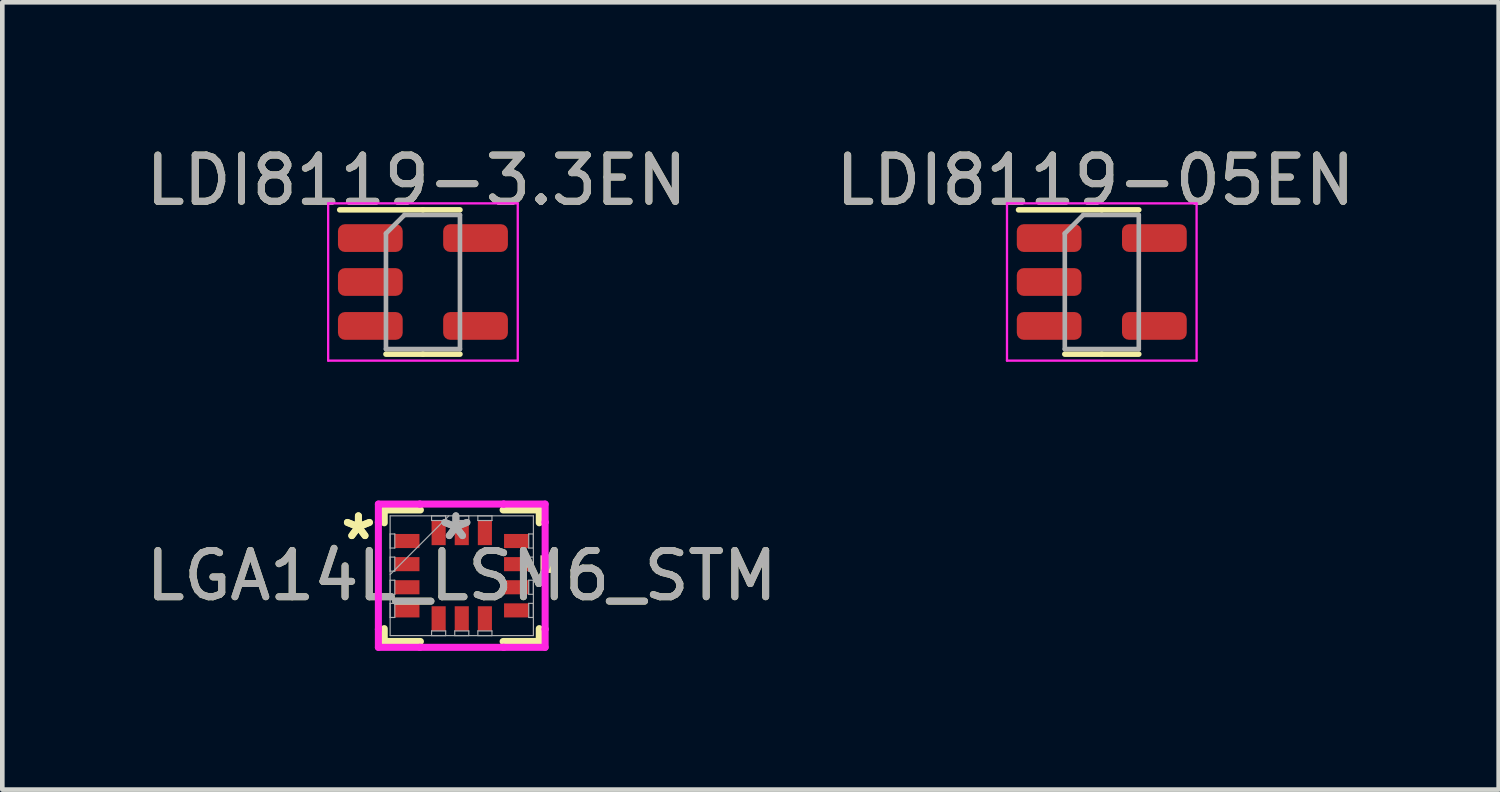
<source format=kicad_pcb>
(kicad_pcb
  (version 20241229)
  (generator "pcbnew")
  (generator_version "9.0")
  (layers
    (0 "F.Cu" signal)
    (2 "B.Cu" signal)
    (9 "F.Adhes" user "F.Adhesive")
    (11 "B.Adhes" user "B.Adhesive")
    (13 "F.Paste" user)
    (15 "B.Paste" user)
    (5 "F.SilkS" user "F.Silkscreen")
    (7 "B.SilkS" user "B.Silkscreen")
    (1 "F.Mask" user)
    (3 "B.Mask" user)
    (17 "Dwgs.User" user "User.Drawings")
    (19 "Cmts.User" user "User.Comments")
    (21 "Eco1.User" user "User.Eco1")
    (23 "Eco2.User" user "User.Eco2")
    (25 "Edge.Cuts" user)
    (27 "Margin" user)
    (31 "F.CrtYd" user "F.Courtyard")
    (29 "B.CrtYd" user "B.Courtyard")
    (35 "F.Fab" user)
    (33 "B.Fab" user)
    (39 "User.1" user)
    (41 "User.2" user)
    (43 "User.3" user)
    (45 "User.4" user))
  (footprint "LDI8119-05EN"
    (layer "F.Cu")
    (at 19.637 2.098)
    (property "Reference" "LDI8119-05EN" (at 1 -1.25 0) (layer "F.SilkS") (effects (font (size 1 1) (thickness 0.15))))
    (attr smd)
    (fp_line (start 1.137 -0.61) (end -0.662 -0.61) (stroke (width 0.12) (type solid)) (layer "F.SilkS"))
    (fp_line (start 1.137 -0.61) (end 1.938 -0.61) (stroke (width 0.12) (type solid)) (layer "F.SilkS"))
    (fp_line (start 1.137 2.51) (end 0.338 2.51) (stroke (width 0.12) (type solid)) (layer "F.SilkS"))
    (fp_line (start 1.137 2.51) (end 1.938 2.51) (stroke (width 0.12) (type solid)) (layer "F.SilkS"))
    (fp_line (start -0.912 -0.75) (end -0.912 2.65) (stroke (width 0.05) (type solid)) (layer "F.CrtYd"))
    (fp_line (start -0.912 2.65) (end 3.188 2.65) (stroke (width 0.05) (type solid)) (layer "F.CrtYd"))
    (fp_line (start 3.188 -0.75) (end -0.912 -0.75) (stroke (width 0.05) (type solid)) (layer "F.CrtYd"))
    (fp_line (start 3.188 2.65) (end 3.188 -0.75) (stroke (width 0.05) (type solid)) (layer "F.CrtYd"))
    (fp_line (start 0.338 -0.1) (end 0.738 -0.5) (stroke (width 0.1) (type solid)) (layer "F.Fab"))
    (fp_line (start 0.338 2.4) (end 0.338 -0.1) (stroke (width 0.1) (type solid)) (layer "F.Fab"))
    (fp_line (start 0.738 -0.5) (end 1.938 -0.5) (stroke (width 0.1) (type solid)) (layer "F.Fab"))
    (fp_line (start 1.938 -0.5) (end 1.938 2.4) (stroke (width 0.1) (type solid)) (layer "F.Fab"))
    (fp_line (start 1.938 2.4) (end 0.338 2.4) (stroke (width 0.1) (type solid)) (layer "F.Fab"))
    (fp_text user "${REFERENCE}" (at 1 -1.25 0) (layer "F.Fab") (effects (font (size 1 1) (thickness 0.15))))
    (pad "1" smd roundrect (at 0 0) (size 1.4 0.6) (layers "F.Cu" "F.Mask" "F.Paste") (roundrect_rratio 0.25))
    (pad "2" smd roundrect (at 0 0.95) (size 1.4 0.6) (layers "F.Cu" "F.Mask" "F.Paste") (roundrect_rratio 0.25))
    (pad "3" smd roundrect (at 0 1.9) (size 1.4 0.6) (layers "F.Cu" "F.Mask" "F.Paste") (roundrect_rratio 0.25))
    (pad "4" smd roundrect (at 2.275 1.9) (size 1.4 0.6) (layers "F.Cu" "F.Mask" "F.Paste") (roundrect_rratio 0.25))
    (pad "5" smd roundrect (at 2.275 0) (size 1.4 0.6) (layers "F.Cu" "F.Mask" "F.Paste") (roundrect_rratio 0.25)))
  (footprint "LDI8119-3.3EN"
    (layer "F.Cu")
    (at 4.958 2.098)
    (property "Reference" "LDI8119-3.3EN" (at 1 -1.25 0) (layer "F.SilkS") (effects (font (size 1 1) (thickness 0.15))))
    (attr smd)
    (fp_line (start 1.137 -0.61) (end -0.662 -0.61) (stroke (width 0.12) (type solid)) (layer "F.SilkS"))
    (fp_line (start 1.137 -0.61) (end 1.938 -0.61) (stroke (width 0.12) (type solid)) (layer "F.SilkS"))
    (fp_line (start 1.137 2.51) (end 0.338 2.51) (stroke (width 0.12) (type solid)) (layer "F.SilkS"))
    (fp_line (start 1.137 2.51) (end 1.938 2.51) (stroke (width 0.12) (type solid)) (layer "F.SilkS"))
    (fp_line (start -0.912 -0.75) (end -0.912 2.65) (stroke (width 0.05) (type solid)) (layer "F.CrtYd"))
    (fp_line (start -0.912 2.65) (end 3.188 2.65) (stroke (width 0.05) (type solid)) (layer "F.CrtYd"))
    (fp_line (start 3.188 -0.75) (end -0.912 -0.75) (stroke (width 0.05) (type solid)) (layer "F.CrtYd"))
    (fp_line (start 3.188 2.65) (end 3.188 -0.75) (stroke (width 0.05) (type solid)) (layer "F.CrtYd"))
    (fp_line (start 0.338 -0.1) (end 0.738 -0.5) (stroke (width 0.1) (type solid)) (layer "F.Fab"))
    (fp_line (start 0.338 2.4) (end 0.338 -0.1) (stroke (width 0.1) (type solid)) (layer "F.Fab"))
    (fp_line (start 0.738 -0.5) (end 1.938 -0.5) (stroke (width 0.1) (type solid)) (layer "F.Fab"))
    (fp_line (start 1.938 -0.5) (end 1.938 2.4) (stroke (width 0.1) (type solid)) (layer "F.Fab"))
    (fp_line (start 1.938 2.4) (end 0.338 2.4) (stroke (width 0.1) (type solid)) (layer "F.Fab"))
    (fp_text user "${REFERENCE}" (at 1 -1.25 0) (layer "F.Fab") (effects (font (size 1 1) (thickness 0.15))))
    (pad "1" smd roundrect (at 0 0) (size 1.4 0.6) (layers "F.Cu" "F.Mask" "F.Paste") (roundrect_rratio 0.25))
    (pad "2" smd roundrect (at 0 0.95) (size 1.4 0.6) (layers "F.Cu" "F.Mask" "F.Paste") (roundrect_rratio 0.25))
    (pad "3" smd roundrect (at 0 1.9) (size 1.4 0.6) (layers "F.Cu" "F.Mask" "F.Paste") (roundrect_rratio 0.25))
    (pad "4" smd roundrect (at 2.275 1.9) (size 1.4 0.6) (layers "F.Cu" "F.Mask" "F.Paste") (roundrect_rratio 0.25))
    (pad "5" smd roundrect (at 2.275 0) (size 1.4 0.6) (layers "F.Cu" "F.Mask" "F.Paste") (roundrect_rratio 0.25)))
  (footprint "LGA14L_LSM6_STM"
    (layer "F.Cu")
    (at 6.935 9.399)
    (property "Reference" "LGA14L_LSM6_STM" (at 0 0 0) (unlocked yes) (layer "F.SilkS") (effects (font (size 1 1) (thickness 0.15))))
    (attr smd)
    (fp_line (start -1.676 -1.422) (end -1.676 -1.144) (stroke (width 0.152) (type solid)) (layer "F.SilkS"))
    (fp_line (start -1.676 1.144) (end -1.676 1.422) (stroke (width 0.152) (type solid)) (layer "F.SilkS"))
    (fp_line (start -1.676 1.422) (end -0.894 1.422) (stroke (width 0.152) (type solid)) (layer "F.SilkS"))
    (fp_line (start -0.894 -1.422) (end -1.676 -1.422) (stroke (width 0.152) (type solid)) (layer "F.SilkS"))
    (fp_line (start 0.894 1.422) (end 1.676 1.422) (stroke (width 0.152) (type solid)) (layer "F.SilkS"))
    (fp_line (start 1.676 -1.422) (end 0.894 -1.422) (stroke (width 0.152) (type solid)) (layer "F.SilkS"))
    (fp_line (start 1.676 -1.144) (end 1.676 -1.422) (stroke (width 0.152) (type solid)) (layer "F.SilkS"))
    (fp_line (start 1.676 1.422) (end 1.676 1.144) (stroke (width 0.152) (type solid)) (layer "F.SilkS"))
    (fp_poly (pts (xy 1.956 -0.441) (xy 1.956 -0.06) (xy 1.702 -0.06) (xy 1.702 -0.441)) (stroke (width 0) (type solid)) (fill yes) (layer "F.SilkS"))
    (fp_line (start -1.803 -1.549) (end -0.907 -1.549) (stroke (width 0.152) (type solid)) (layer "F.CrtYd"))
    (fp_line (start -1.803 -1.157) (end -1.803 -1.549) (stroke (width 0.152) (type solid)) (layer "F.CrtYd"))
    (fp_line (start -1.803 -1.157) (end -1.803 -1.157) (stroke (width 0.152) (type solid)) (layer "F.CrtYd"))
    (fp_line (start -1.803 1.157) (end -1.803 -1.157) (stroke (width 0.152) (type solid)) (layer "F.CrtYd"))
    (fp_line (start -1.803 1.157) (end -1.803 1.157) (stroke (width 0.152) (type solid)) (layer "F.CrtYd"))
    (fp_line (start -1.803 1.549) (end -1.803 1.157) (stroke (width 0.152) (type solid)) (layer "F.CrtYd"))
    (fp_line (start -0.907 -1.549) (end -0.907 -1.549) (stroke (width 0.152) (type solid)) (layer "F.CrtYd"))
    (fp_line (start -0.907 -1.549) (end 0.907 -1.549) (stroke (width 0.152) (type solid)) (layer "F.CrtYd"))
    (fp_line (start -0.907 1.549) (end -1.803 1.549) (stroke (width 0.152) (type solid)) (layer "F.CrtYd"))
    (fp_line (start -0.907 1.549) (end -0.907 1.549) (stroke (width 0.152) (type solid)) (layer "F.CrtYd"))
    (fp_line (start 0.907 -1.549) (end 0.907 -1.549) (stroke (width 0.152) (type solid)) (layer "F.CrtYd"))
    (fp_line (start 0.907 -1.549) (end 1.803 -1.549) (stroke (width 0.152) (type solid)) (layer "F.CrtYd"))
    (fp_line (start 0.907 1.549) (end -0.907 1.549) (stroke (width 0.152) (type solid)) (layer "F.CrtYd"))
    (fp_line (start 0.907 1.549) (end 0.907 1.549) (stroke (width 0.152) (type solid)) (layer "F.CrtYd"))
    (fp_line (start 1.803 -1.549) (end 1.803 -1.157) (stroke (width 0.152) (type solid)) (layer "F.CrtYd"))
    (fp_line (start 1.803 -1.157) (end 1.803 -1.157) (stroke (width 0.152) (type solid)) (layer "F.CrtYd"))
    (fp_line (start 1.803 -1.157) (end 1.803 1.157) (stroke (width 0.152) (type solid)) (layer "F.CrtYd"))
    (fp_line (start 1.803 1.157) (end 1.803 1.157) (stroke (width 0.152) (type solid)) (layer "F.CrtYd"))
    (fp_line (start 1.803 1.157) (end 1.803 1.549) (stroke (width 0.152) (type solid)) (layer "F.CrtYd"))
    (fp_line (start 1.803 1.549) (end 0.907 1.549) (stroke (width 0.152) (type solid)) (layer "F.CrtYd"))
    (fp_line (start -1.549 -1.295) (end -1.549 1.295) (stroke (width 0.025) (type solid)) (layer "F.Fab"))
    (fp_line (start -1.549 -0.903) (end -1.448 -0.903) (stroke (width 0.025) (type solid)) (layer "F.Fab"))
    (fp_line (start -1.549 -0.598) (end -1.549 -0.903) (stroke (width 0.025) (type solid)) (layer "F.Fab"))
    (fp_line (start -1.549 -0.402) (end -1.448 -0.402) (stroke (width 0.025) (type solid)) (layer "F.Fab"))
    (fp_line (start -1.549 -0.098) (end -1.549 -0.402) (stroke (width 0.025) (type solid)) (layer "F.Fab"))
    (fp_line (start -1.549 -0.025) (end -0.279 -1.295) (stroke (width 0.025) (type solid)) (layer "F.Fab"))
    (fp_line (start -1.549 0.098) (end -1.448 0.098) (stroke (width 0.025) (type solid)) (layer "F.Fab"))
    (fp_line (start -1.549 0.402) (end -1.549 0.098) (stroke (width 0.025) (type solid)) (layer "F.Fab"))
    (fp_line (start -1.549 0.598) (end -1.448 0.598) (stroke (width 0.025) (type solid)) (layer "F.Fab"))
    (fp_line (start -1.549 0.903) (end -1.549 0.598) (stroke (width 0.025) (type solid)) (layer "F.Fab"))
    (fp_line (start -1.549 1.295) (end 1.549 1.295) (stroke (width 0.025) (type solid)) (layer "F.Fab"))
    (fp_line (start -1.448 -0.903) (end -1.448 -0.598) (stroke (width 0.025) (type solid)) (layer "F.Fab"))
    (fp_line (start -1.448 -0.598) (end -1.549 -0.598) (stroke (width 0.025) (type solid)) (layer "F.Fab"))
    (fp_line (start -1.448 -0.402) (end -1.448 -0.098) (stroke (width 0.025) (type solid)) (layer "F.Fab"))
    (fp_line (start -1.448 -0.098) (end -1.549 -0.098) (stroke (width 0.025) (type solid)) (layer "F.Fab"))
    (fp_line (start -1.448 0.098) (end -1.448 0.402) (stroke (width 0.025) (type solid)) (layer "F.Fab"))
    (fp_line (start -1.448 0.402) (end -1.549 0.402) (stroke (width 0.025) (type solid)) (layer "F.Fab"))
    (fp_line (start -1.448 0.598) (end -1.448 0.903) (stroke (width 0.025) (type solid)) (layer "F.Fab"))
    (fp_line (start -1.448 0.903) (end -1.549 0.903) (stroke (width 0.025) (type solid)) (layer "F.Fab"))
    (fp_line (start -0.653 -1.295) (end -0.348 -1.295) (stroke (width 0.025) (type solid)) (layer "F.Fab"))
    (fp_line (start -0.653 -1.194) (end -0.653 -1.295) (stroke (width 0.025) (type solid)) (layer "F.Fab"))
    (fp_line (start -0.653 1.194) (end -0.348 1.194) (stroke (width 0.025) (type solid)) (layer "F.Fab"))
    (fp_line (start -0.653 1.295) (end -0.653 1.194) (stroke (width 0.025) (type solid)) (layer "F.Fab"))
    (fp_line (start -0.348 -1.295) (end -0.348 -1.194) (stroke (width 0.025) (type solid)) (layer "F.Fab"))
    (fp_line (start -0.348 -1.194) (end -0.653 -1.194) (stroke (width 0.025) (type solid)) (layer "F.Fab"))
    (fp_line (start -0.348 1.194) (end -0.348 1.295) (stroke (width 0.025) (type solid)) (layer "F.Fab"))
    (fp_line (start -0.348 1.295) (end -0.653 1.295) (stroke (width 0.025) (type solid)) (layer "F.Fab"))
    (fp_line (start -0.152 -1.295) (end 0.152 -1.295) (stroke (width 0.025) (type solid)) (layer "F.Fab"))
    (fp_line (start -0.152 -1.194) (end -0.152 -1.295) (stroke (width 0.025) (type solid)) (layer "F.Fab"))
    (fp_line (start -0.152 1.194) (end 0.152 1.194) (stroke (width 0.025) (type solid)) (layer "F.Fab"))
    (fp_line (start -0.152 1.295) (end -0.152 1.194) (stroke (width 0.025) (type solid)) (layer "F.Fab"))
    (fp_line (start 0.152 -1.295) (end 0.152 -1.194) (stroke (width 0.025) (type solid)) (layer "F.Fab"))
    (fp_line (start 0.152 -1.194) (end -0.152 -1.194) (stroke (width 0.025) (type solid)) (layer "F.Fab"))
    (fp_line (start 0.152 1.194) (end 0.152 1.295) (stroke (width 0.025) (type solid)) (layer "F.Fab"))
    (fp_line (start 0.152 1.295) (end -0.152 1.295) (stroke (width 0.025) (type solid)) (layer "F.Fab"))
    (fp_line (start 0.348 -1.295) (end 0.653 -1.295) (stroke (width 0.025) (type solid)) (layer "F.Fab"))
    (fp_line (start 0.348 -1.194) (end 0.348 -1.295) (stroke (width 0.025) (type solid)) (layer "F.Fab"))
    (fp_line (start 0.348 1.194) (end 0.653 1.194) (stroke (width 0.025) (type solid)) (layer "F.Fab"))
    (fp_line (start 0.348 1.295) (end 0.348 1.194) (stroke (width 0.025) (type solid)) (layer "F.Fab"))
    (fp_line (start 0.653 -1.295) (end 0.653 -1.194) (stroke (width 0.025) (type solid)) (layer "F.Fab"))
    (fp_line (start 0.653 -1.194) (end 0.348 -1.194) (stroke (width 0.025) (type solid)) (layer "F.Fab"))
    (fp_line (start 0.653 1.194) (end 0.653 1.295) (stroke (width 0.025) (type solid)) (layer "F.Fab"))
    (fp_line (start 0.653 1.295) (end 0.348 1.295) (stroke (width 0.025) (type solid)) (layer "F.Fab"))
    (fp_line (start 1.448 -0.903) (end 1.549 -0.903) (stroke (width 0.025) (type solid)) (layer "F.Fab"))
    (fp_line (start 1.448 -0.598) (end 1.448 -0.903) (stroke (width 0.025) (type solid)) (layer "F.Fab"))
    (fp_line (start 1.448 -0.402) (end 1.549 -0.402) (stroke (width 0.025) (type solid)) (layer "F.Fab"))
    (fp_line (start 1.448 -0.098) (end 1.448 -0.402) (stroke (width 0.025) (type solid)) (layer "F.Fab"))
    (fp_line (start 1.448 0.098) (end 1.549 0.098) (stroke (width 0.025) (type solid)) (layer "F.Fab"))
    (fp_line (start 1.448 0.402) (end 1.448 0.098) (stroke (width 0.025) (type solid)) (layer "F.Fab"))
    (fp_line (start 1.448 0.598) (end 1.549 0.598) (stroke (width 0.025) (type solid)) (layer "F.Fab"))
    (fp_line (start 1.448 0.903) (end 1.448 0.598) (stroke (width 0.025) (type solid)) (layer "F.Fab"))
    (fp_line (start 1.549 -1.295) (end -1.549 -1.295) (stroke (width 0.025) (type solid)) (layer "F.Fab"))
    (fp_line (start 1.549 -0.903) (end 1.549 -0.598) (stroke (width 0.025) (type solid)) (layer "F.Fab"))
    (fp_line (start 1.549 -0.598) (end 1.448 -0.598) (stroke (width 0.025) (type solid)) (layer "F.Fab"))
    (fp_line (start 1.549 -0.402) (end 1.549 -0.098) (stroke (width 0.025) (type solid)) (layer "F.Fab"))
    (fp_line (start 1.549 -0.098) (end 1.448 -0.098) (stroke (width 0.025) (type solid)) (layer "F.Fab"))
    (fp_line (start 1.549 0.098) (end 1.549 0.402) (stroke (width 0.025) (type solid)) (layer "F.Fab"))
    (fp_line (start 1.549 0.402) (end 1.448 0.402) (stroke (width 0.025) (type solid)) (layer "F.Fab"))
    (fp_line (start 1.549 0.598) (end 1.549 0.903) (stroke (width 0.025) (type solid)) (layer "F.Fab"))
    (fp_line (start 1.549 0.903) (end 1.448 0.903) (stroke (width 0.025) (type solid)) (layer "F.Fab"))
    (fp_line (start 1.549 1.295) (end 1.549 -1.295) (stroke (width 0.025) (type solid)) (layer "F.Fab"))
    (fp_text user "*" (at -2.235 -0.75 0) (unlocked yes) (layer "F.SilkS") (effects (font (size 1 1) (thickness 0.15))))
    (fp_text user "*" (at -2.235 -0.75 0) (layer "F.SilkS") (effects (font (size 1 1) (thickness 0.15))))
    (fp_text user "*" (at -0.127 -0.75 0) (unlocked yes) (layer "F.Fab") (effects (font (size 1 1) (thickness 0.15))))
    (fp_text user "${REFERENCE}" (at 0 0 0) (unlocked yes) (layer "F.Fab") (effects (font (size 1 1) (thickness 0.15))))
    (fp_text user "*" (at -0.127 -0.75 0) (layer "F.Fab") (effects (font (size 1 1) (thickness 0.15))))
    (pad "1" smd rect (at -1.181 -0.75 90) (size 0.305 0.533) (layers "F.Cu" "F.Mask" "F.Paste"))
    (pad "2" smd rect (at -1.181 -0.25 90) (size 0.305 0.533) (layers "F.Cu" "F.Mask" "F.Paste"))
    (pad "3" smd rect (at -1.181 0.25 90) (size 0.305 0.533) (layers "F.Cu" "F.Mask" "F.Paste"))
    (pad "4" smd rect (at -1.181 0.75 90) (size 0.305 0.533) (layers "F.Cu" "F.Mask" "F.Paste"))
    (pad "5" smd rect (at -0.5 0.927) (size 0.305 0.533) (layers "F.Cu" "F.Mask" "F.Paste"))
    (pad "6" smd rect (at 0 0.927) (size 0.305 0.533) (layers "F.Cu" "F.Mask" "F.Paste"))
    (pad "7" smd rect (at 0.5 0.927) (size 0.305 0.533) (layers "F.Cu" "F.Mask" "F.Paste"))
    (pad "8" smd rect (at 1.181 0.75 90) (size 0.305 0.533) (layers "F.Cu" "F.Mask" "F.Paste"))
    (pad "9" smd rect (at 1.181 0.25 90) (size 0.305 0.533) (layers "F.Cu" "F.Mask" "F.Paste"))
    (pad "10" smd rect (at 1.181 -0.25 90) (size 0.305 0.533) (layers "F.Cu" "F.Mask" "F.Paste"))
    (pad "11" smd rect (at 1.181 -0.75 90) (size 0.305 0.533) (layers "F.Cu" "F.Mask" "F.Paste"))
    (pad "12" smd rect (at 0.5 -0.927) (size 0.305 0.533) (layers "F.Cu" "F.Mask" "F.Paste"))
    (pad "13" smd rect (at 0 -0.927) (size 0.305 0.533) (layers "F.Cu" "F.Mask" "F.Paste"))
    (pad "14" smd rect (at -0.5 -0.927) (size 0.305 0.533) (layers "F.Cu" "F.Mask" "F.Paste")))
  (gr_rect
    (start -3 -3)
    (end 29.357 14.024)
    (stroke (width 0.1) (type default))
    (fill no)
    (layer "Edge.Cuts")))
</source>
